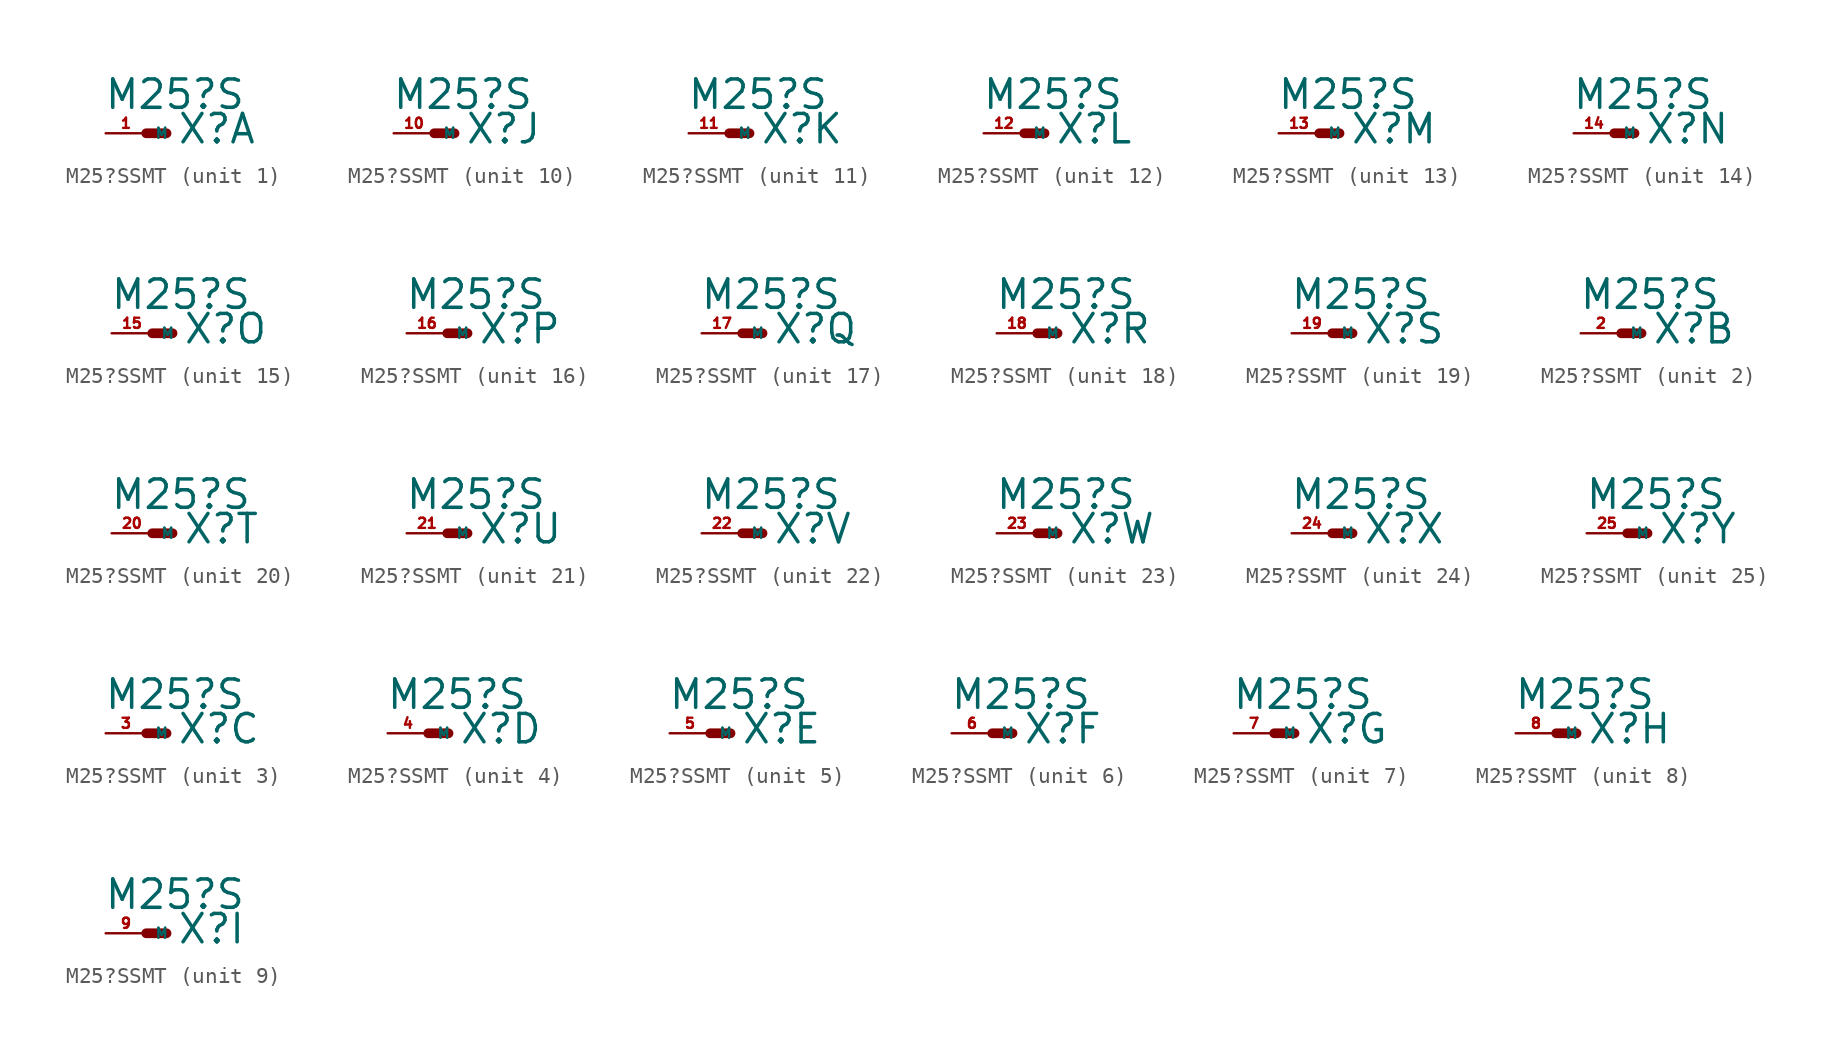
<source format=kicad_sym>
(kicad_symbol_lib
  (version 20220914)
  (generator Eagle2Kicad)
  (symbol "M25?SSMT"
    (property "Reference" "X"
      (at 1.905 -0.762 0)
      (effects (font (size 1.778 1.778) (thickness 0.22)) (justify left bottom)))
    (property "Value" "M25?S"
      (at -2.667 1.397 0)
      (effects (font (size 1.778 1.778) (thickness 0.22)) (justify left bottom)))
    (symbol "M25?SSMT_1_0"
      (polyline (pts (xy 0 0) (xy 1.27 0)) (stroke (width 0.61) (type default)) (fill (type none)))
      (pin passive line (at -2.54 0 0) (length 2.54) (name "M" (effects (font (size 0.635 0.635) (thickness 0.08)) (justify left bottom))) (number "1" (effects (font (size 0.635 0.635) (thickness 0.08)) (justify left bottom)))))
    (symbol "M25?SSMT_2_0"
      (polyline (pts (xy 0 0) (xy 1.27 0)) (stroke (width 0.61) (type default)) (fill (type none)))
      (pin passive line (at -2.54 0 0) (length 2.54) (name "M" (effects (font (size 0.635 0.635) (thickness 0.08)) (justify left bottom))) (number "2" (effects (font (size 0.635 0.635) (thickness 0.08)) (justify left bottom)))))
    (symbol "M25?SSMT_3_0"
      (polyline (pts (xy 0 0) (xy 1.27 0)) (stroke (width 0.61) (type default)) (fill (type none)))
      (pin passive line (at -2.54 0 0) (length 2.54) (name "M" (effects (font (size 0.635 0.635) (thickness 0.08)) (justify left bottom))) (number "3" (effects (font (size 0.635 0.635) (thickness 0.08)) (justify left bottom)))))
    (symbol "M25?SSMT_4_0"
      (polyline (pts (xy 0 0) (xy 1.27 0)) (stroke (width 0.61) (type default)) (fill (type none)))
      (pin passive line (at -2.54 0 0) (length 2.54) (name "M" (effects (font (size 0.635 0.635) (thickness 0.08)) (justify left bottom))) (number "4" (effects (font (size 0.635 0.635) (thickness 0.08)) (justify left bottom)))))
    (symbol "M25?SSMT_5_0"
      (polyline (pts (xy 0 0) (xy 1.27 0)) (stroke (width 0.61) (type default)) (fill (type none)))
      (pin passive line (at -2.54 0 0) (length 2.54) (name "M" (effects (font (size 0.635 0.635) (thickness 0.08)) (justify left bottom))) (number "5" (effects (font (size 0.635 0.635) (thickness 0.08)) (justify left bottom)))))
    (symbol "M25?SSMT_6_0"
      (polyline (pts (xy 0 0) (xy 1.27 0)) (stroke (width 0.61) (type default)) (fill (type none)))
      (pin passive line (at -2.54 0 0) (length 2.54) (name "M" (effects (font (size 0.635 0.635) (thickness 0.08)) (justify left bottom))) (number "6" (effects (font (size 0.635 0.635) (thickness 0.08)) (justify left bottom)))))
    (symbol "M25?SSMT_7_0"
      (polyline (pts (xy 0 0) (xy 1.27 0)) (stroke (width 0.61) (type default)) (fill (type none)))
      (pin passive line (at -2.54 0 0) (length 2.54) (name "M" (effects (font (size 0.635 0.635) (thickness 0.08)) (justify left bottom))) (number "7" (effects (font (size 0.635 0.635) (thickness 0.08)) (justify left bottom)))))
    (symbol "M25?SSMT_8_0"
      (polyline (pts (xy 0 0) (xy 1.27 0)) (stroke (width 0.61) (type default)) (fill (type none)))
      (pin passive line (at -2.54 0 0) (length 2.54) (name "M" (effects (font (size 0.635 0.635) (thickness 0.08)) (justify left bottom))) (number "8" (effects (font (size 0.635 0.635) (thickness 0.08)) (justify left bottom)))))
    (symbol "M25?SSMT_9_0"
      (polyline (pts (xy 0 0) (xy 1.27 0)) (stroke (width 0.61) (type default)) (fill (type none)))
      (pin passive line (at -2.54 0 0) (length 2.54) (name "M" (effects (font (size 0.635 0.635) (thickness 0.08)) (justify left bottom))) (number "9" (effects (font (size 0.635 0.635) (thickness 0.08)) (justify left bottom)))))
    (symbol "M25?SSMT_10_0"
      (polyline (pts (xy 0 0) (xy 1.27 0)) (stroke (width 0.61) (type default)) (fill (type none)))
      (pin passive line (at -2.54 0 0) (length 2.54) (name "M" (effects (font (size 0.635 0.635) (thickness 0.08)) (justify left bottom))) (number "10" (effects (font (size 0.635 0.635) (thickness 0.08)) (justify left bottom)))))
    (symbol "M25?SSMT_11_0"
      (polyline (pts (xy 0 0) (xy 1.27 0)) (stroke (width 0.61) (type default)) (fill (type none)))
      (pin passive line (at -2.54 0 0) (length 2.54) (name "M" (effects (font (size 0.635 0.635) (thickness 0.08)) (justify left bottom))) (number "11" (effects (font (size 0.635 0.635) (thickness 0.08)) (justify left bottom)))))
    (symbol "M25?SSMT_12_0"
      (polyline (pts (xy 0 0) (xy 1.27 0)) (stroke (width 0.61) (type default)) (fill (type none)))
      (pin passive line (at -2.54 0 0) (length 2.54) (name "M" (effects (font (size 0.635 0.635) (thickness 0.08)) (justify left bottom))) (number "12" (effects (font (size 0.635 0.635) (thickness 0.08)) (justify left bottom)))))
    (symbol "M25?SSMT_13_0"
      (polyline (pts (xy 0 0) (xy 1.27 0)) (stroke (width 0.61) (type default)) (fill (type none)))
      (pin passive line (at -2.54 0 0) (length 2.54) (name "M" (effects (font (size 0.635 0.635) (thickness 0.08)) (justify left bottom))) (number "13" (effects (font (size 0.635 0.635) (thickness 0.08)) (justify left bottom)))))
    (symbol "M25?SSMT_14_0"
      (polyline (pts (xy 0 0) (xy 1.27 0)) (stroke (width 0.61) (type default)) (fill (type none)))
      (pin passive line (at -2.54 0 0) (length 2.54) (name "M" (effects (font (size 0.635 0.635) (thickness 0.08)) (justify left bottom))) (number "14" (effects (font (size 0.635 0.635) (thickness 0.08)) (justify left bottom)))))
    (symbol "M25?SSMT_15_0"
      (polyline (pts (xy 0 0) (xy 1.27 0)) (stroke (width 0.61) (type default)) (fill (type none)))
      (pin passive line (at -2.54 0 0) (length 2.54) (name "M" (effects (font (size 0.635 0.635) (thickness 0.08)) (justify left bottom))) (number "15" (effects (font (size 0.635 0.635) (thickness 0.08)) (justify left bottom)))))
    (symbol "M25?SSMT_16_0"
      (polyline (pts (xy 0 0) (xy 1.27 0)) (stroke (width 0.61) (type default)) (fill (type none)))
      (pin passive line (at -2.54 0 0) (length 2.54) (name "M" (effects (font (size 0.635 0.635) (thickness 0.08)) (justify left bottom))) (number "16" (effects (font (size 0.635 0.635) (thickness 0.08)) (justify left bottom)))))
    (symbol "M25?SSMT_17_0"
      (polyline (pts (xy 0 0) (xy 1.27 0)) (stroke (width 0.61) (type default)) (fill (type none)))
      (pin passive line (at -2.54 0 0) (length 2.54) (name "M" (effects (font (size 0.635 0.635) (thickness 0.08)) (justify left bottom))) (number "17" (effects (font (size 0.635 0.635) (thickness 0.08)) (justify left bottom)))))
    (symbol "M25?SSMT_18_0"
      (polyline (pts (xy 0 0) (xy 1.27 0)) (stroke (width 0.61) (type default)) (fill (type none)))
      (pin passive line (at -2.54 0 0) (length 2.54) (name "M" (effects (font (size 0.635 0.635) (thickness 0.08)) (justify left bottom))) (number "18" (effects (font (size 0.635 0.635) (thickness 0.08)) (justify left bottom)))))
    (symbol "M25?SSMT_19_0"
      (polyline (pts (xy 0 0) (xy 1.27 0)) (stroke (width 0.61) (type default)) (fill (type none)))
      (pin passive line (at -2.54 0 0) (length 2.54) (name "M" (effects (font (size 0.635 0.635) (thickness 0.08)) (justify left bottom))) (number "19" (effects (font (size 0.635 0.635) (thickness 0.08)) (justify left bottom)))))
    (symbol "M25?SSMT_20_0"
      (polyline (pts (xy 0 0) (xy 1.27 0)) (stroke (width 0.61) (type default)) (fill (type none)))
      (pin passive line (at -2.54 0 0) (length 2.54) (name "M" (effects (font (size 0.635 0.635) (thickness 0.08)) (justify left bottom))) (number "20" (effects (font (size 0.635 0.635) (thickness 0.08)) (justify left bottom)))))
    (symbol "M25?SSMT_21_0"
      (polyline (pts (xy 0 0) (xy 1.27 0)) (stroke (width 0.61) (type default)) (fill (type none)))
      (pin passive line (at -2.54 0 0) (length 2.54) (name "M" (effects (font (size 0.635 0.635) (thickness 0.08)) (justify left bottom))) (number "21" (effects (font (size 0.635 0.635) (thickness 0.08)) (justify left bottom)))))
    (symbol "M25?SSMT_22_0"
      (polyline (pts (xy 0 0) (xy 1.27 0)) (stroke (width 0.61) (type default)) (fill (type none)))
      (pin passive line (at -2.54 0 0) (length 2.54) (name "M" (effects (font (size 0.635 0.635) (thickness 0.08)) (justify left bottom))) (number "22" (effects (font (size 0.635 0.635) (thickness 0.08)) (justify left bottom)))))
    (symbol "M25?SSMT_23_0"
      (polyline (pts (xy 0 0) (xy 1.27 0)) (stroke (width 0.61) (type default)) (fill (type none)))
      (pin passive line (at -2.54 0 0) (length 2.54) (name "M" (effects (font (size 0.635 0.635) (thickness 0.08)) (justify left bottom))) (number "23" (effects (font (size 0.635 0.635) (thickness 0.08)) (justify left bottom)))))
    (symbol "M25?SSMT_24_0"
      (polyline (pts (xy 0 0) (xy 1.27 0)) (stroke (width 0.61) (type default)) (fill (type none)))
      (pin passive line (at -2.54 0 0) (length 2.54) (name "M" (effects (font (size 0.635 0.635) (thickness 0.08)) (justify left bottom))) (number "24" (effects (font (size 0.635 0.635) (thickness 0.08)) (justify left bottom)))))
    (symbol "M25?SSMT_25_0"
      (polyline (pts (xy 0 0) (xy 1.27 0)) (stroke (width 0.61) (type default)) (fill (type none)))
      (pin passive line (at -2.54 0 0) (length 2.54) (name "M" (effects (font (size 0.635 0.635) (thickness 0.08)) (justify left bottom))) (number "25" (effects (font (size 0.635 0.635) (thickness 0.08)) (justify left bottom)))))))
</source>
